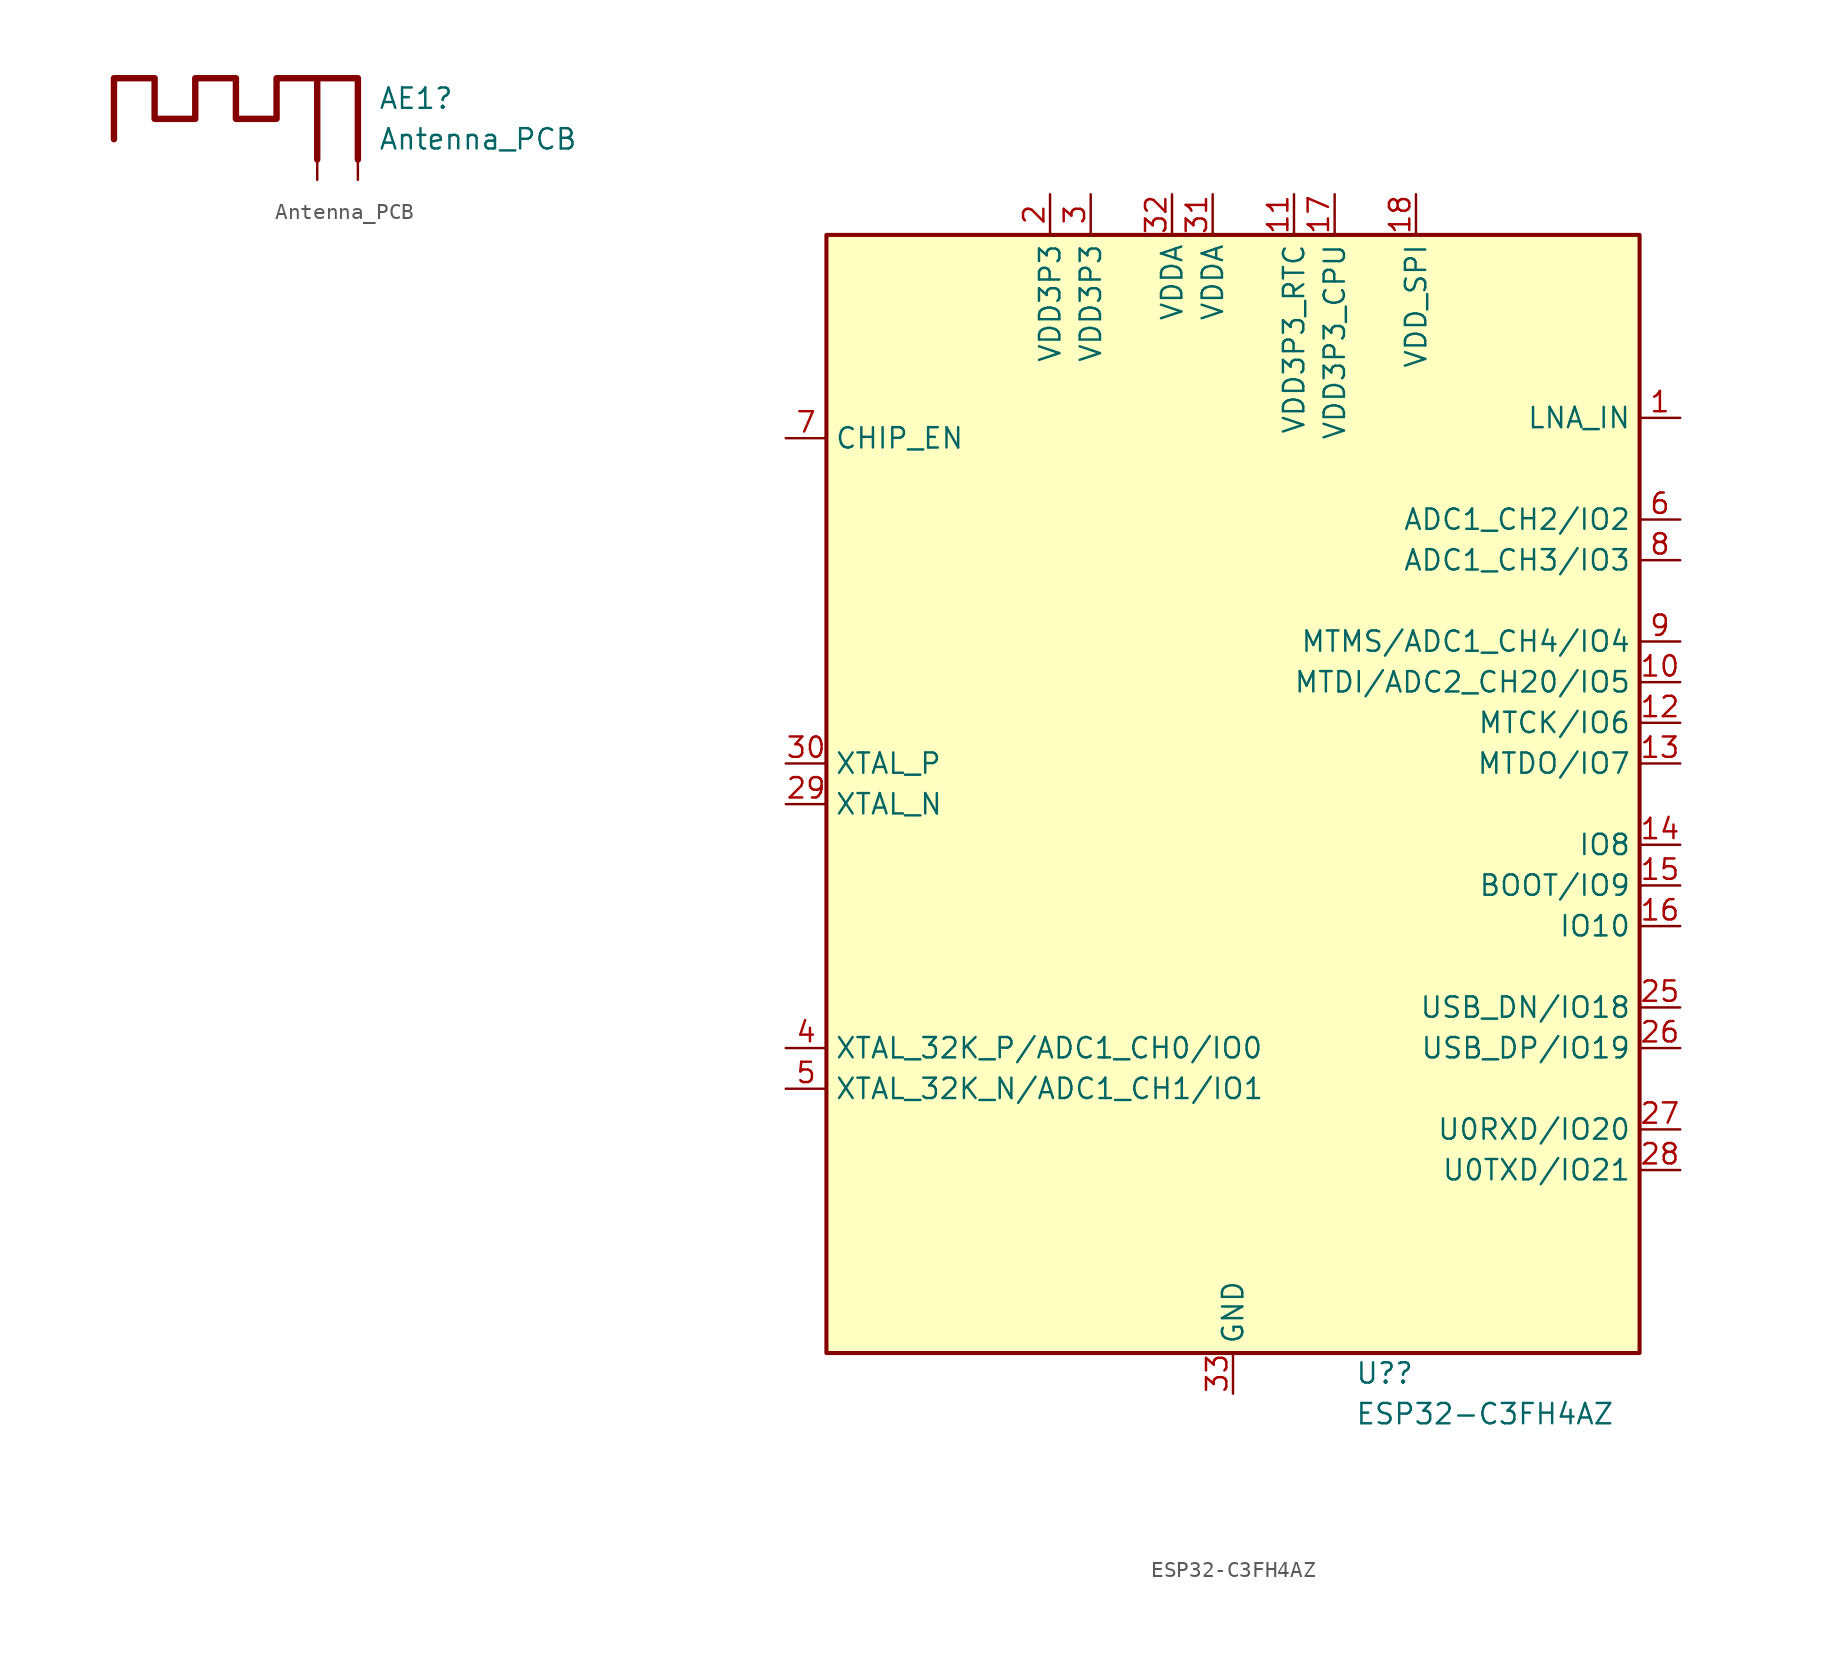
<source format=kicad_sym>
(kicad_symbol_lib
  (version 20220914)
  (generator kicad_symbol_editor)
  (symbol "Antenna_PCB"
    (pin_numbers hide)
    (pin_names
      (offset 1.016) hide)
    (property "Reference" "AE1"
      (at 2.54 2.54 0)
      (effects (font (size 1.27 1.27)) (justify left)))
    (property "Value" "Antenna_PCB"
      (at 2.54 0 0)
      (effects (font (size 1.27 1.27)) (justify left)))
    (symbol "Antenna_PCB_1_1"
      (polyline (pts (xy -1.27 -1.27) (xy -1.27 3.81) (xy 1.27 3.81) (xy 1.27 -1.27)) (stroke (width 0.4) (type default)) (fill (type none)))
      (polyline (pts (xy -1.27 3.81) (xy -3.81 3.81) (xy -3.81 1.27) (xy -6.35 1.27) (xy -6.35 3.81) (xy -8.89 3.81) (xy -8.89 1.27) (xy -11.43 1.27) (xy -11.43 3.81) (xy -13.97 3.81) (xy -13.97 0)) (stroke (width 0.4) (type default)) (fill (type none)))
      (pin input line (at -1.27 -2.54 90) (length 2.54) (name "FEED" (effects (font (size 1.27 1.27)))) (number "1" (effects (font (size 1.27 1.27)))))
      (pin passive line (at 1.27 -2.54 90) (length 2.54) (name "PCB_Trace" (effects (font (size 1.27 1.27)))) (number "2" (effects (font (size 1.27 1.27)))))))
  (symbol "ESP32-C3FH4AZ"
    (property "Reference" "U?"
      (at 7.62 -33.02 0)
      (effects (font (size 1.27 1.27)) (justify left)))
    (property "Value" "ESP32-C3FH4AZ"
      (at 7.62 -35.56 0)
      (effects (font (size 1.27 1.27)) (justify left)))
    (symbol "ESP32-C3FH4AZ_0_1"
      (rectangle (start -25.4 38.1) (end 25.4 -31.75) (stroke (width 0.254) (type default)) (fill (type background))))
    (symbol "ESP32-C3FH4AZ_1_0"
      (pin bidirectional line (at 27.94 26.67 180) (length 2.54) (name "LNA_IN" (effects (font (size 1.27 1.27)))) (number "1" (effects (font (size 1.27 1.27)))))
      (pin bidirectional line (at 27.94 10.16 180) (length 2.54) (name "MTDI/ADC2_CH20/IO5" (effects (font (size 1.27 1.27)))) (number "10" (effects (font (size 1.27 1.27)))))
      (pin power_in line (at 3.81 40.64 270) (length 2.54) (name "VDD3P3_RTC" (effects (font (size 1.27 1.27)))) (number "11" (effects (font (size 1.27 1.27)))))
      (pin bidirectional line (at 27.94 7.62 180) (length 2.54) (name "MTCK/IO6" (effects (font (size 1.27 1.27)))) (number "12" (effects (font (size 1.27 1.27)))))
      (pin bidirectional line (at 27.94 5.08 180) (length 2.54) (name "MTDO/IO7" (effects (font (size 1.27 1.27)))) (number "13" (effects (font (size 1.27 1.27)))))
      (pin bidirectional line (at 27.94 0 180) (length 2.54) (name "IO8" (effects (font (size 1.27 1.27)))) (number "14" (effects (font (size 1.27 1.27)))))
      (pin bidirectional line (at 27.94 -2.54 180) (length 2.54) (name "BOOT/IO9" (effects (font (size 1.27 1.27)))) (number "15" (effects (font (size 1.27 1.27)))))
      (pin bidirectional line (at 27.94 -5.08 180) (length 2.54) (name "IO10" (effects (font (size 1.27 1.27)))) (number "16" (effects (font (size 1.27 1.27)))))
      (pin power_in line (at 6.35 40.64 270) (length 2.54) (name "VDD3P3_CPU" (effects (font (size 1.27 1.27)))) (number "17" (effects (font (size 1.27 1.27)))))
      (pin power_in line (at 11.43 40.64 270) (length 2.54) (name "VDD_SPI" (effects (font (size 1.27 1.27)))) (number "18" (effects (font (size 1.27 1.27)))))
      (pin no_connect line (at -5.08 17.78 0) (length 2.54) hide (name "NC" (effects (font (size 1.27 1.27)))) (number "19" (effects (font (size 1.27 1.27)))))
      (pin power_in line (at -11.43 40.64 270) (length 2.54) (name "VDD3P3" (effects (font (size 1.27 1.27)))) (number "2" (effects (font (size 1.27 1.27)))))
      (pin no_connect line (at -5.08 15.24 0) (length 2.54) hide (name "NC" (effects (font (size 1.27 1.27)))) (number "20" (effects (font (size 1.27 1.27)))))
      (pin no_connect line (at -5.08 12.7 0) (length 2.54) hide (name "NC" (effects (font (size 1.27 1.27)))) (number "21" (effects (font (size 1.27 1.27)))))
      (pin no_connect line (at -5.08 10.16 0) (length 2.54) hide (name "NC" (effects (font (size 1.27 1.27)))) (number "22" (effects (font (size 1.27 1.27)))))
      (pin no_connect line (at -5.08 7.62 0) (length 2.54) hide (name "NC" (effects (font (size 1.27 1.27)))) (number "23" (effects (font (size 1.27 1.27)))))
      (pin no_connect line (at -5.08 5.08 0) (length 2.54) hide (name "NC" (effects (font (size 1.27 1.27)))) (number "24" (effects (font (size 1.27 1.27)))))
      (pin bidirectional line (at 27.94 -10.16 180) (length 2.54) (name "USB_DN/IO18" (effects (font (size 1.27 1.27)))) (number "25" (effects (font (size 1.27 1.27)))))
      (pin bidirectional line (at 27.94 -12.7 180) (length 2.54) (name "USB_DP/IO19" (effects (font (size 1.27 1.27)))) (number "26" (effects (font (size 1.27 1.27)))))
      (pin bidirectional line (at 27.94 -17.78 180) (length 2.54) (name "U0RXD/IO20" (effects (font (size 1.27 1.27)))) (number "27" (effects (font (size 1.27 1.27)))))
      (pin bidirectional line (at 27.94 -20.32 180) (length 2.54) (name "U0TXD/IO21" (effects (font (size 1.27 1.27)))) (number "28" (effects (font (size 1.27 1.27)))))
      (pin bidirectional line (at -27.94 2.54 0) (length 2.54) (name "XTAL_N" (effects (font (size 1.27 1.27)))) (number "29" (effects (font (size 1.27 1.27)))))
      (pin power_in line (at -8.89 40.64 270) (length 2.54) (name "VDD3P3" (effects (font (size 1.27 1.27)))) (number "3" (effects (font (size 1.27 1.27)))))
      (pin bidirectional line (at -27.94 5.08 0) (length 2.54) (name "XTAL_P" (effects (font (size 1.27 1.27)))) (number "30" (effects (font (size 1.27 1.27)))))
      (pin power_in line (at -1.27 40.64 270) (length 2.54) (name "VDDA" (effects (font (size 1.27 1.27)))) (number "31" (effects (font (size 1.27 1.27)))))
      (pin power_in line (at -3.81 40.64 270) (length 2.54) (name "VDDA" (effects (font (size 1.27 1.27)))) (number "32" (effects (font (size 1.27 1.27)))))
      (pin power_in line (at 0 -34.29 90) (length 2.54) (name "GND" (effects (font (size 1.27 1.27)))) (number "33" (effects (font (size 1.27 1.27)))))
      (pin bidirectional line (at -27.94 -12.7 0) (length 2.54) (name "XTAL_32K_P/ADC1_CH0/IO0" (effects (font (size 1.27 1.27)))) (number "4" (effects (font (size 1.27 1.27)))))
      (pin bidirectional line (at -27.94 -15.24 0) (length 2.54) (name "XTAL_32K_N/ADC1_CH1/IO1" (effects (font (size 1.27 1.27)))) (number "5" (effects (font (size 1.27 1.27)))))
      (pin bidirectional line (at 27.94 20.32 180) (length 2.54) (name "ADC1_CH2/IO2" (effects (font (size 1.27 1.27)))) (number "6" (effects (font (size 1.27 1.27)))))
      (pin input line (at -27.94 25.4 0) (length 2.54) (name "CHIP_EN" (effects (font (size 1.27 1.27)))) (number "7" (effects (font (size 1.27 1.27)))))
      (pin bidirectional line (at 27.94 17.78 180) (length 2.54) (name "ADC1_CH3/IO3" (effects (font (size 1.27 1.27)))) (number "8" (effects (font (size 1.27 1.27)))))
      (pin bidirectional line (at 27.94 12.7 180) (length 2.54) (name "MTMS/ADC1_CH4/IO4" (effects (font (size 1.27 1.27)))) (number "9" (effects (font (size 1.27 1.27))))))))
</source>
